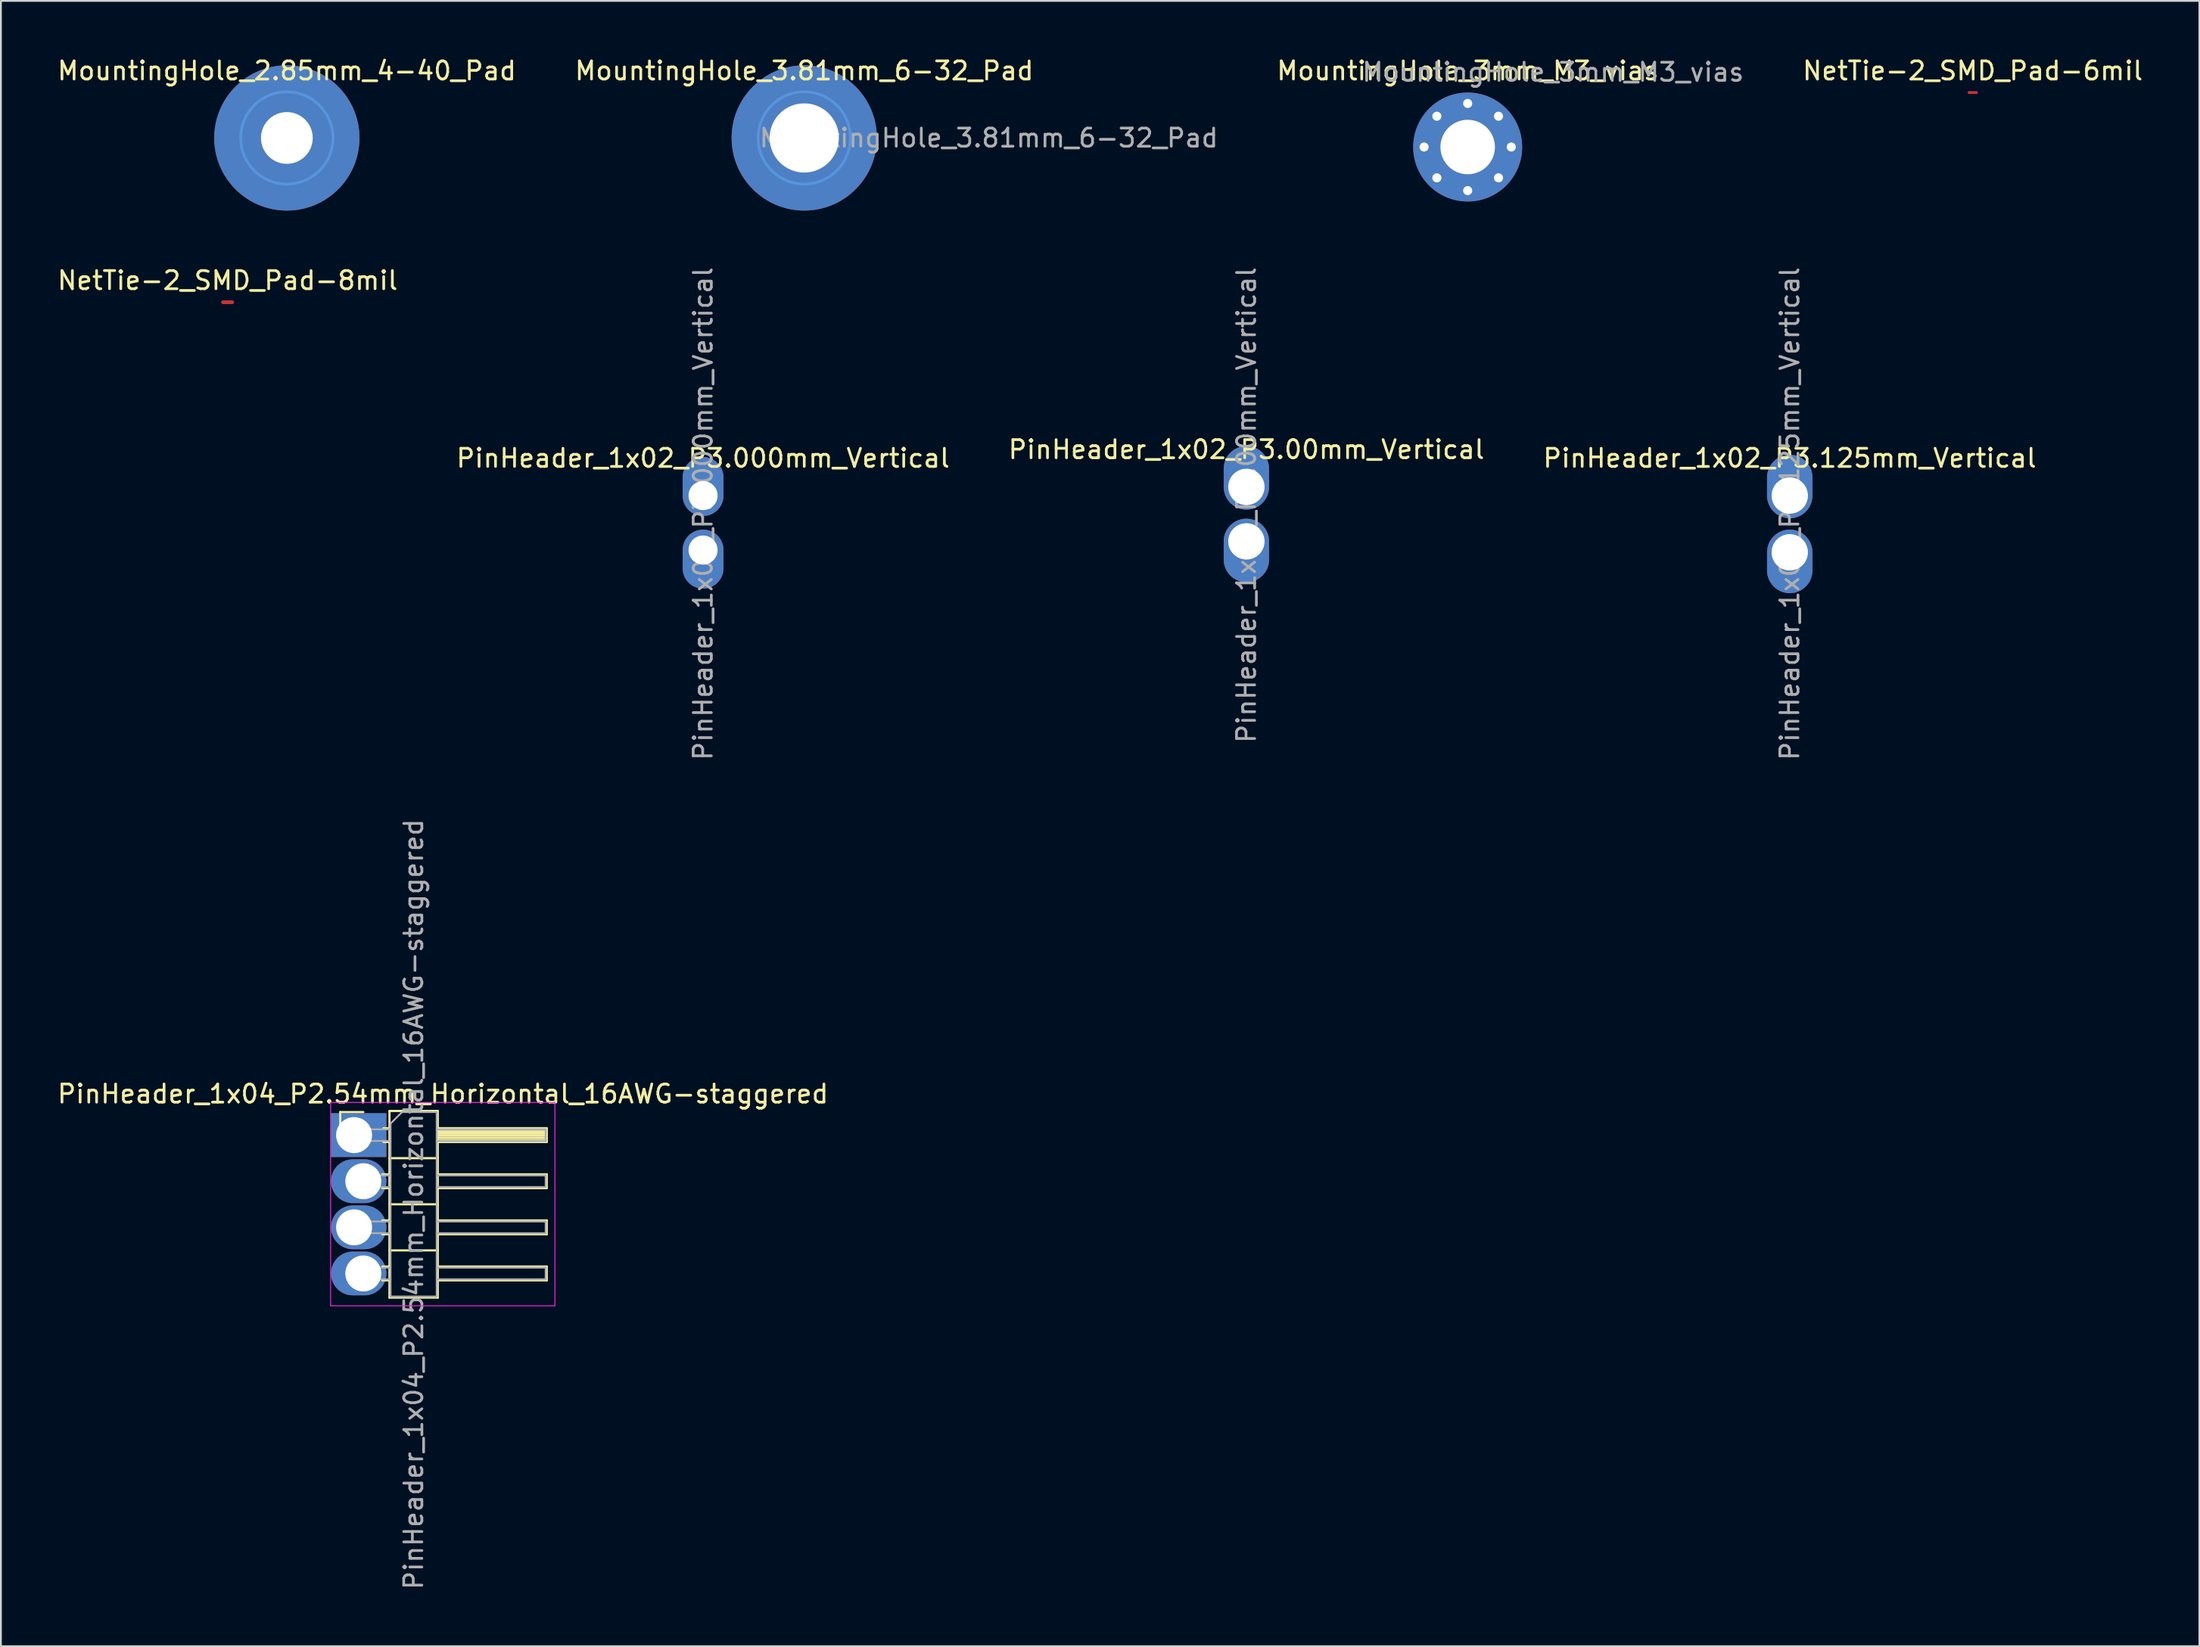
<source format=kicad_pcb>
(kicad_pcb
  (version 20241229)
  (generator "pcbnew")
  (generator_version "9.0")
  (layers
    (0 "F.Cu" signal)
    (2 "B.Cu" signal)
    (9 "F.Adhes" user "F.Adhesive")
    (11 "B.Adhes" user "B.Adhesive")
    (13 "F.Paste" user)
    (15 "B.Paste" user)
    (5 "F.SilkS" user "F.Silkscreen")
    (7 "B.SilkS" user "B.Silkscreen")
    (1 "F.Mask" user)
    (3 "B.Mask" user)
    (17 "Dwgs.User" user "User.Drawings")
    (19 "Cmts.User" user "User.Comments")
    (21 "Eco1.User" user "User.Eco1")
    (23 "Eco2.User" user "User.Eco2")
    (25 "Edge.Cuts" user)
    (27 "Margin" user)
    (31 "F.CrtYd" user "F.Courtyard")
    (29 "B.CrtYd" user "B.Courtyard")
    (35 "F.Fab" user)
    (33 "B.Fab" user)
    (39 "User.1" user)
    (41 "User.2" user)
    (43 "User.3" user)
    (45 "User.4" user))
  (footprint "PinHeader_1x02_P3.125mm_Vertical"
    (layer "F.Cu")
    (at 95.494 24.245)
    (property "Reference" "PinHeader_1x02_P3.125mm_Vertical" (at 0 -2.06 0) (layer "F.SilkS") (effects (font (size 1 1) (thickness 0.15))))
    (attr through_hole)
    (fp_text user "${REFERENCE}" (at 0 1 270) (layer "F.Fab") (effects (font (size 1 1) (thickness 0.15))))
    (pad "1" thru_hole oval (at 0 0 90) (size 3.5 2.5) (drill 2 (offset 0.5 0)) (layers "*.Cu" "*.Mask"))
    (pad "2" thru_hole oval (at 0 3.125 270) (size 3.5 2.5) (drill 2 (offset 0.5 0)) (layers "*.Cu" "*.Mask")))
  (footprint "PinHeader_1x02_P3.000mm_Vertical"
    (layer "F.Cu")
    (at 35.661 24.245)
    (property "Reference" "PinHeader_1x02_P3.000mm_Vertical" (at 0 -2.06 0) (layer "F.SilkS") (effects (font (size 1 1) (thickness 0.15))))
    (attr through_hole)
    (fp_text user "${REFERENCE}" (at 0 1 270) (layer "F.Fab") (effects (font (size 1 1) (thickness 0.15))))
    (pad "1" thru_hole oval (at 0 0 90) (size 3.25 2.25) (drill 1.6 (offset 0.5 0)) (layers "*.Cu" "*.Mask"))
    (pad "2" thru_hole oval (at 0 3 270) (size 3.25 2.25) (drill 1.6 (offset 0.5 0)) (layers "*.Cu" "*.Mask")))
  (footprint "PinHeader_1x02_P3.00mm_Vertical"
    (layer "F.Cu")
    (at 65.577 23.768)
    (property "Reference" "PinHeader_1x02_P3.00mm_Vertical" (at 0 -2.06 0) (layer "F.SilkS") (effects (font (size 1 1) (thickness 0.15))))
    (attr through_hole)
    (fp_text user "${REFERENCE}" (at 0 1 270) (layer "F.Fab") (effects (font (size 1 1) (thickness 0.15))))
    (pad "1" thru_hole oval (at 0 0 90) (size 3.5 2.5) (drill 2 (offset 0.5 0)) (layers "*.Cu" "*.Mask"))
    (pad "2" thru_hole oval (at 0 3 270) (size 3.5 2.5) (drill 2 (offset 0.5 0)) (layers "*.Cu" "*.Mask")))
  (footprint "NetTie-2_SMD_Pad-6mil"
    (layer "F.Cu")
    (at 105.568 2.048)
    (property "Reference" "NetTie-2_SMD_Pad-6mil" (at 0 -1.2 180) (layer "F.SilkS") (effects (font (size 1 1) (thickness 0.15))))
    (attr exclude_from_pos_files exclude_from_bom allow_missing_courtyard)
    (fp_poly (pts (xy -0.203 -0.076) (xy 0.203 -0.076) (xy 0.203 0.076) (xy -0.203 0.076)) (stroke (width 0) (type solid)) (fill yes) (layer "F.Cu"))
    (pad "1" smd circle (at -0.203 0) (size 0.152 0.152) (layers "F.Cu"))
    (pad "2" smd circle (at 0.203 0) (size 0.152 0.152) (layers "F.Cu")))
  (footprint "NetTie-2_SMD_Pad-8mil"
    (layer "F.Cu")
    (at 9.482 13.597)
    (property "Reference" "NetTie-2_SMD_Pad-8mil" (at 0 -1.2 180) (layer "F.SilkS") (effects (font (size 1 1) (thickness 0.15))))
    (attr exclude_from_pos_files exclude_from_bom allow_missing_courtyard)
    (fp_poly (pts (xy -0.254 -0.102) (xy 0.254 -0.102) (xy 0.254 0.102) (xy -0.254 0.102)) (stroke (width 0) (type solid)) (fill yes) (layer "F.Cu"))
    (pad "1" smd circle (at -0.254 0) (size 0.203 0.203) (layers "F.Cu"))
    (pad "2" smd circle (at 0.254 0) (size 0.203 0.203) (layers "F.Cu")))
  (footprint "MountingHole_2.85mm_4-40_Pad"
    (layer "F.Cu")
    (at 12.744 4.548)
    (property "Reference" "MountingHole_2.85mm_4-40_Pad" (at 0 -3.7 0) (layer "F.SilkS") (effects (font (size 1 1) (thickness 0.15))))
    (attr exclude_from_pos_files)
    (fp_circle (center 0 0) (end 2.54 0) (stroke (width 0.15) (type solid)) (fill no) (layer "Cmts.User"))
    (fp_circle (center 0 0) (end 2.54 0) (stroke (width 0.05) (type solid)) (fill no) (layer "F.CrtYd"))
    (pad "1" thru_hole circle (at 0 0) (size 8 8) (drill 2.85) (layers "*.Cu" "*.Mask")))
  (footprint "MountingHole_3mm_M3_vias"
    (layer "F.Cu")
    (at 77.761 5.048)
    (property "Reference" "MountingHole_3mm_M3_vias" (at 0 -4.2 0) (layer "F.SilkS") (effects (font (size 1 1) (thickness 0.15))))
    (attr exclude_from_pos_files exclude_from_bom)
    (fp_text user "${REFERENCE}" (at 4.7 -4.125 0) (layer "F.Fab") (effects (font (size 1 1) (thickness 0.15))))
    (pad "1" thru_hole circle (at -2.4 0) (size 0.8 0.8) (drill 0.5) (layers "*.Cu" "*.Mask"))
    (pad "1" thru_hole circle (at -1.697 -1.697) (size 0.8 0.8) (drill 0.5) (layers "*.Cu" "*.Mask"))
    (pad "1" thru_hole circle (at -1.697 1.697) (size 0.8 0.8) (drill 0.5) (layers "*.Cu" "*.Mask"))
    (pad "1" thru_hole circle (at 0 -2.4) (size 0.8 0.8) (drill 0.5) (layers "*.Cu" "*.Mask"))
    (pad "1" thru_hole circle (at 0 0) (size 6 6) (drill 3) (layers "*.Cu" "*.Mask"))
    (pad "1" thru_hole circle (at 0 2.4) (size 0.8 0.8) (drill 0.5) (layers "*.Cu" "*.Mask"))
    (pad "1" thru_hole circle (at 1.697 -1.697) (size 0.8 0.8) (drill 0.5) (layers "*.Cu" "*.Mask"))
    (pad "1" thru_hole circle (at 1.697 1.697) (size 0.8 0.8) (drill 0.5) (layers "*.Cu" "*.Mask"))
    (pad "1" thru_hole circle (at 2.4 0) (size 0.8 0.8) (drill 0.5) (layers "*.Cu" "*.Mask")))
  (footprint "MountingHole_3.81mm_6-32_Pad"
    (layer "F.Cu")
    (at 41.232 4.548)
    (property "Reference" "MountingHole_3.81mm_6-32_Pad" (at 0 -3.7 0) (layer "F.SilkS") (effects (font (size 1 1) (thickness 0.15))))
    (attr exclude_from_pos_files)
    (fp_circle (center 0 0) (end 2.54 0) (stroke (width 0.15) (type solid)) (fill no) (layer "Cmts.User"))
    (fp_circle (center 0 0) (end 2.54 0) (stroke (width 0.05) (type solid)) (fill no) (layer "F.CrtYd"))
    (fp_text user "${REFERENCE}" (at 10.16 0 0) (layer "F.Fab") (effects (font (size 1 1) (thickness 0.15))))
    (pad "1" thru_hole circle (at 0 0) (size 8 8) (drill 3.81) (layers "*.Cu" "*.Mask")))
  (footprint "PinHeader_1x04_P2.54mm_Horizontal_16AWG-staggered"
    (layer "F.Cu")
    (at 16.954 59.47)
    (property "Reference" "PinHeader_1x04_P2.54mm_Horizontal_16AWG-staggered" (at 4.385 -2.27 180) (layer "F.SilkS") (effects (font (size 1 1) (thickness 0.15))))
    (attr through_hole)
    (fp_line (start -1.27 -1.27) (end 0 -1.27) (stroke (width 0.12) (type solid)) (layer "F.SilkS"))
    (fp_line (start -1.27 0) (end -1.27 -1.27) (stroke (width 0.12) (type solid)) (layer "F.SilkS"))
    (fp_line (start 1.043 2.16) (end 1.44 2.16) (stroke (width 0.12) (type solid)) (layer "F.SilkS"))
    (fp_line (start 1.043 2.92) (end 1.44 2.92) (stroke (width 0.12) (type solid)) (layer "F.SilkS"))
    (fp_line (start 1.043 4.7) (end 1.44 4.7) (stroke (width 0.12) (type solid)) (layer "F.SilkS"))
    (fp_line (start 1.043 5.46) (end 1.44 5.46) (stroke (width 0.12) (type solid)) (layer "F.SilkS"))
    (fp_line (start 1.043 7.24) (end 1.44 7.24) (stroke (width 0.12) (type solid)) (layer "F.SilkS"))
    (fp_line (start 1.043 8) (end 1.44 8) (stroke (width 0.12) (type solid)) (layer "F.SilkS"))
    (fp_line (start 1.11 -0.38) (end 1.44 -0.38) (stroke (width 0.12) (type solid)) (layer "F.SilkS"))
    (fp_line (start 1.11 0.38) (end 1.44 0.38) (stroke (width 0.12) (type solid)) (layer "F.SilkS"))
    (fp_line (start 1.44 -1.33) (end 1.44 8.95) (stroke (width 0.12) (type solid)) (layer "F.SilkS"))
    (fp_line (start 1.44 1.27) (end 4.1 1.27) (stroke (width 0.12) (type solid)) (layer "F.SilkS"))
    (fp_line (start 1.44 3.81) (end 4.1 3.81) (stroke (width 0.12) (type solid)) (layer "F.SilkS"))
    (fp_line (start 1.44 6.35) (end 4.1 6.35) (stroke (width 0.12) (type solid)) (layer "F.SilkS"))
    (fp_line (start 1.44 8.95) (end 4.1 8.95) (stroke (width 0.12) (type solid)) (layer "F.SilkS"))
    (fp_line (start 4.1 -1.33) (end 1.44 -1.33) (stroke (width 0.12) (type solid)) (layer "F.SilkS"))
    (fp_line (start 4.1 -0.38) (end 10.1 -0.38) (stroke (width 0.12) (type solid)) (layer "F.SilkS"))
    (fp_line (start 4.1 -0.32) (end 10.1 -0.32) (stroke (width 0.12) (type solid)) (layer "F.SilkS"))
    (fp_line (start 4.1 -0.2) (end 10.1 -0.2) (stroke (width 0.12) (type solid)) (layer "F.SilkS"))
    (fp_line (start 4.1 -0.08) (end 10.1 -0.08) (stroke (width 0.12) (type solid)) (layer "F.SilkS"))
    (fp_line (start 4.1 0.04) (end 10.1 0.04) (stroke (width 0.12) (type solid)) (layer "F.SilkS"))
    (fp_line (start 4.1 0.16) (end 10.1 0.16) (stroke (width 0.12) (type solid)) (layer "F.SilkS"))
    (fp_line (start 4.1 0.28) (end 10.1 0.28) (stroke (width 0.12) (type solid)) (layer "F.SilkS"))
    (fp_line (start 4.1 2.16) (end 10.1 2.16) (stroke (width 0.12) (type solid)) (layer "F.SilkS"))
    (fp_line (start 4.1 4.7) (end 10.1 4.7) (stroke (width 0.12) (type solid)) (layer "F.SilkS"))
    (fp_line (start 4.1 7.24) (end 10.1 7.24) (stroke (width 0.12) (type solid)) (layer "F.SilkS"))
    (fp_line (start 4.1 8.95) (end 4.1 -1.33) (stroke (width 0.12) (type solid)) (layer "F.SilkS"))
    (fp_line (start 10.1 -0.38) (end 10.1 0.38) (stroke (width 0.12) (type solid)) (layer "F.SilkS"))
    (fp_line (start 10.1 0.38) (end 4.1 0.38) (stroke (width 0.12) (type solid)) (layer "F.SilkS"))
    (fp_line (start 10.1 2.16) (end 10.1 2.92) (stroke (width 0.12) (type solid)) (layer "F.SilkS"))
    (fp_line (start 10.1 2.92) (end 4.1 2.92) (stroke (width 0.12) (type solid)) (layer "F.SilkS"))
    (fp_line (start 10.1 4.7) (end 10.1 5.46) (stroke (width 0.12) (type solid)) (layer "F.SilkS"))
    (fp_line (start 10.1 5.46) (end 4.1 5.46) (stroke (width 0.12) (type solid)) (layer "F.SilkS"))
    (fp_line (start 10.1 7.24) (end 10.1 8) (stroke (width 0.12) (type solid)) (layer "F.SilkS"))
    (fp_line (start 10.1 8) (end 4.1 8) (stroke (width 0.12) (type solid)) (layer "F.SilkS"))
    (fp_rect (start -0.318 -0.318) (end 0.318 0.318) (stroke (width 0.12) (type solid)) (fill no) (layer "F.SilkS"))
    (fp_rect (start -0.318 2.223) (end 0.318 2.857) (stroke (width 0.12) (type solid)) (fill no) (layer "F.SilkS"))
    (fp_rect (start -0.318 4.763) (end 0.318 5.397) (stroke (width 0.12) (type solid)) (fill no) (layer "F.SilkS"))
    (fp_rect (start -0.318 7.303) (end 0.318 7.938) (stroke (width 0.12) (type solid)) (fill no) (layer "F.SilkS"))
    (fp_line (start -1.8 -1.8) (end -1.8 9.4) (stroke (width 0.05) (type solid)) (layer "F.CrtYd"))
    (fp_line (start -1.8 9.4) (end 10.55 9.4) (stroke (width 0.05) (type solid)) (layer "F.CrtYd"))
    (fp_line (start 10.55 -1.8) (end -1.8 -1.8) (stroke (width 0.05) (type solid)) (layer "F.CrtYd"))
    (fp_line (start 10.55 9.4) (end 10.55 -1.8) (stroke (width 0.05) (type solid)) (layer "F.CrtYd"))
    (fp_line (start -0.32 -0.32) (end -0.32 0.32) (stroke (width 0.1) (type solid)) (layer "F.Fab"))
    (fp_line (start -0.32 -0.32) (end 1.5 -0.32) (stroke (width 0.1) (type solid)) (layer "F.Fab"))
    (fp_line (start -0.32 0.32) (end 1.5 0.32) (stroke (width 0.1) (type solid)) (layer "F.Fab"))
    (fp_line (start -0.32 2.22) (end -0.32 2.86) (stroke (width 0.1) (type solid)) (layer "F.Fab"))
    (fp_line (start -0.32 2.22) (end 1.5 2.22) (stroke (width 0.1) (type solid)) (layer "F.Fab"))
    (fp_line (start -0.32 2.86) (end 1.5 2.86) (stroke (width 0.1) (type solid)) (layer "F.Fab"))
    (fp_line (start -0.32 4.76) (end -0.32 5.4) (stroke (width 0.1) (type solid)) (layer "F.Fab"))
    (fp_line (start -0.32 4.76) (end 1.5 4.76) (stroke (width 0.1) (type solid)) (layer "F.Fab"))
    (fp_line (start -0.32 5.4) (end 1.5 5.4) (stroke (width 0.1) (type solid)) (layer "F.Fab"))
    (fp_line (start -0.32 7.3) (end -0.32 7.94) (stroke (width 0.1) (type solid)) (layer "F.Fab"))
    (fp_line (start -0.32 7.3) (end 1.5 7.3) (stroke (width 0.1) (type solid)) (layer "F.Fab"))
    (fp_line (start -0.32 7.94) (end 1.5 7.94) (stroke (width 0.1) (type solid)) (layer "F.Fab"))
    (fp_line (start 1.5 -0.635) (end 2.135 -1.27) (stroke (width 0.1) (type solid)) (layer "F.Fab"))
    (fp_line (start 1.5 8.89) (end 1.5 -0.635) (stroke (width 0.1) (type solid)) (layer "F.Fab"))
    (fp_line (start 2.135 -1.27) (end 4.04 -1.27) (stroke (width 0.1) (type solid)) (layer "F.Fab"))
    (fp_line (start 4.04 -1.27) (end 4.04 8.89) (stroke (width 0.1) (type solid)) (layer "F.Fab"))
    (fp_line (start 4.04 -0.32) (end 10.04 -0.32) (stroke (width 0.1) (type solid)) (layer "F.Fab"))
    (fp_line (start 4.04 0.32) (end 10.04 0.32) (stroke (width 0.1) (type solid)) (layer "F.Fab"))
    (fp_line (start 4.04 2.22) (end 10.04 2.22) (stroke (width 0.1) (type solid)) (layer "F.Fab"))
    (fp_line (start 4.04 2.86) (end 10.04 2.86) (stroke (width 0.1) (type solid)) (layer "F.Fab"))
    (fp_line (start 4.04 4.76) (end 10.04 4.76) (stroke (width 0.1) (type solid)) (layer "F.Fab"))
    (fp_line (start 4.04 5.4) (end 10.04 5.4) (stroke (width 0.1) (type solid)) (layer "F.Fab"))
    (fp_line (start 4.04 7.3) (end 10.04 7.3) (stroke (width 0.1) (type solid)) (layer "F.Fab"))
    (fp_line (start 4.04 7.94) (end 10.04 7.94) (stroke (width 0.1) (type solid)) (layer "F.Fab"))
    (fp_line (start 4.04 8.89) (end 1.5 8.89) (stroke (width 0.1) (type solid)) (layer "F.Fab"))
    (fp_line (start 10.04 -0.32) (end 10.04 0.32) (stroke (width 0.1) (type solid)) (layer "F.Fab"))
    (fp_line (start 10.04 2.22) (end 10.04 2.86) (stroke (width 0.1) (type solid)) (layer "F.Fab"))
    (fp_line (start 10.04 4.76) (end 10.04 5.4) (stroke (width 0.1) (type solid)) (layer "F.Fab"))
    (fp_line (start 10.04 7.3) (end 10.04 7.94) (stroke (width 0.1) (type solid)) (layer "F.Fab"))
    (fp_text user "${REFERENCE}" (at 2.77 3.81 90) (layer "F.Fab") (effects (font (size 1 1) (thickness 0.15))))
    (pad "1" thru_hole rect (at -0.508 0) (size 3.048 2.413) (drill 1.981 (offset 0.254 0)) (layers "*.Cu" "*.Mask"))
    (pad "2" thru_hole oval (at 0 2.54) (size 3.048 2.413) (drill 1.981 (offset -0.254 0)) (layers "*.Cu" "*.Mask"))
    (pad "3" thru_hole oval (at -0.508 5.08) (size 3.048 2.413) (drill 1.981 (offset 0.254 0)) (layers "*.Cu" "*.Mask"))
    (pad "4" thru_hole oval (at 0 7.62) (size 3.048 2.413) (drill 1.981 (offset -0.254 0)) (layers "*.Cu" "*.Mask")))
  (gr_rect
    (start -3 -3)
    (end 118.05 87.62)
    (stroke (width 0.1) (type default))
    (fill no)
    (layer "Edge.Cuts")))
</source>
